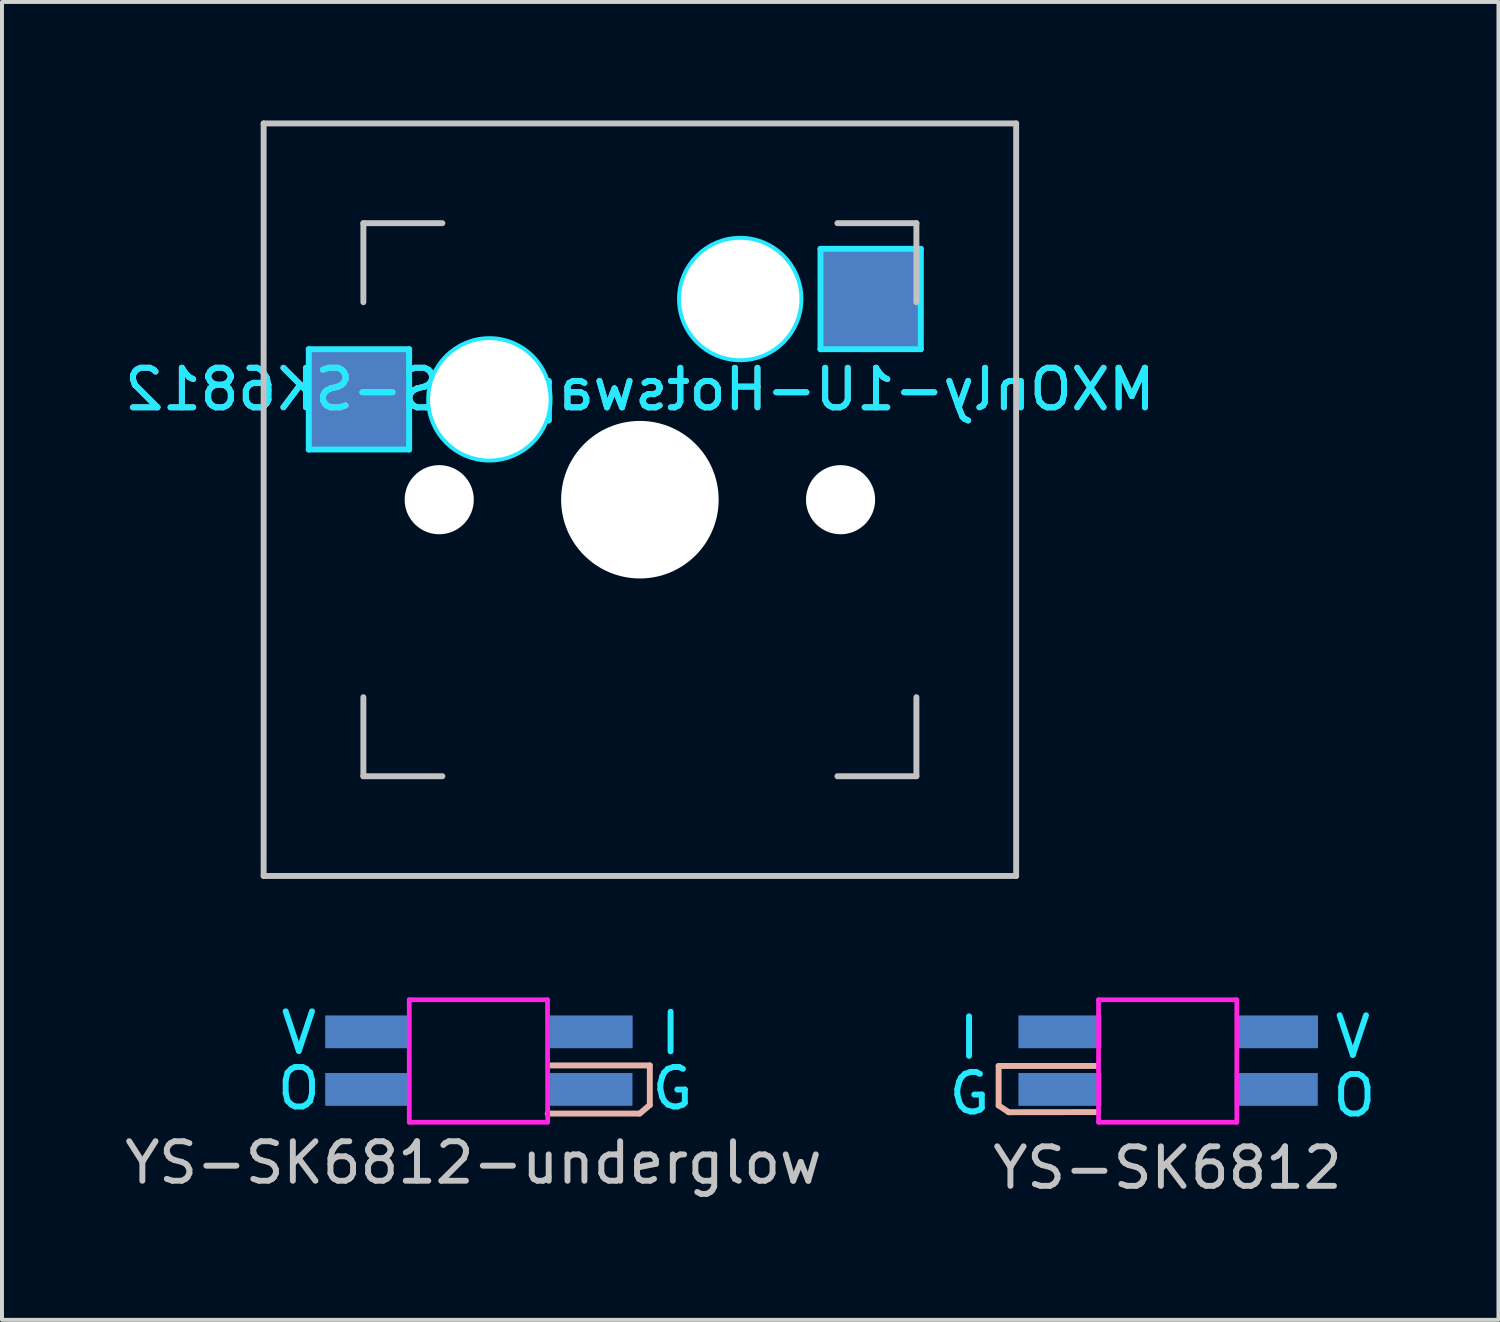
<source format=kicad_pcb>
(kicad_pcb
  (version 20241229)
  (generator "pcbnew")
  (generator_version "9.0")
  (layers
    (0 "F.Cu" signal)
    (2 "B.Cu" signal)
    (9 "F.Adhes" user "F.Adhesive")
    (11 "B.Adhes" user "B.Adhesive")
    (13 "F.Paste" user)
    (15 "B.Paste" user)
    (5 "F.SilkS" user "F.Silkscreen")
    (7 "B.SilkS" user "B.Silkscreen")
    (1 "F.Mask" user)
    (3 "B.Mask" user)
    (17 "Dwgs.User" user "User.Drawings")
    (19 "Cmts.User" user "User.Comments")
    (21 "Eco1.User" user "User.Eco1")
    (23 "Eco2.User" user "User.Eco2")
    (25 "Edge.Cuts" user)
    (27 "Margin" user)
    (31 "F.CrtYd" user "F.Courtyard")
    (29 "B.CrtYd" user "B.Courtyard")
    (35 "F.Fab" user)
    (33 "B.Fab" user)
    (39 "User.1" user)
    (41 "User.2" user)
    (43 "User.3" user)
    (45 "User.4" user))
  (footprint "MXOnly-1U-Hotswap-YS-SK6812"
    (layer "F.Cu")
    (at 13.149 9.6)
    (property "Reference" "MXOnly-1U-Hotswap-YS-SK6812" (at 0 -2.794 0) (layer "B.CrtYd") (effects (font (size 1 1) (thickness 0.15)) (justify mirror)))
    (attr smd)
    (fp_line (start -9.525 -9.525) (end 9.525 -9.525) (stroke (width 0.15) (type solid)) (layer "Dwgs.User"))
    (fp_line (start -9.525 9.525) (end -9.525 -9.525) (stroke (width 0.15) (type solid)) (layer "Dwgs.User"))
    (fp_line (start -7 -7) (end -7 -5) (stroke (width 0.15) (type solid)) (layer "Dwgs.User"))
    (fp_line (start -7 5) (end -7 7) (stroke (width 0.15) (type solid)) (layer "Dwgs.User"))
    (fp_line (start -7 7) (end -5 7) (stroke (width 0.15) (type solid)) (layer "Dwgs.User"))
    (fp_line (start -5 -7) (end -7 -7) (stroke (width 0.15) (type solid)) (layer "Dwgs.User"))
    (fp_line (start 5 -7) (end 7 -7) (stroke (width 0.15) (type solid)) (layer "Dwgs.User"))
    (fp_line (start 5 7) (end 7 7) (stroke (width 0.15) (type solid)) (layer "Dwgs.User"))
    (fp_line (start 7 -7) (end 7 -5) (stroke (width 0.15) (type solid)) (layer "Dwgs.User"))
    (fp_line (start 7 7) (end 7 5) (stroke (width 0.15) (type solid)) (layer "Dwgs.User"))
    (fp_line (start 9.525 -9.525) (end 9.525 9.525) (stroke (width 0.15) (type solid)) (layer "Dwgs.User"))
    (fp_line (start 9.525 9.525) (end -9.525 9.525) (stroke (width 0.15) (type solid)) (layer "Dwgs.User"))
    (fp_line (start -8.382 -3.81) (end -8.382 -1.27) (stroke (width 0.15) (type solid)) (layer "B.CrtYd"))
    (fp_line (start -8.382 -1.27) (end -5.842 -1.27) (stroke (width 0.15) (type solid)) (layer "B.CrtYd"))
    (fp_line (start -5.842 -3.81) (end -8.382 -3.81) (stroke (width 0.15) (type solid)) (layer "B.CrtYd"))
    (fp_line (start -5.842 -1.27) (end -5.842 -3.81) (stroke (width 0.15) (type solid)) (layer "B.CrtYd"))
    (fp_line (start 4.572 -6.35) (end 7.112 -6.35) (stroke (width 0.15) (type solid)) (layer "B.CrtYd"))
    (fp_line (start 4.572 -3.81) (end 4.572 -6.35) (stroke (width 0.15) (type solid)) (layer "B.CrtYd"))
    (fp_line (start 7.112 -6.35) (end 7.112 -3.81) (stroke (width 0.15) (type solid)) (layer "B.CrtYd"))
    (fp_line (start 7.112 -3.81) (end 4.572 -3.81) (stroke (width 0.15) (type solid)) (layer "B.CrtYd"))
    (fp_circle (center -3.81 -2.54) (end -3.81 -4.064) (stroke (width 0.15) (type solid)) (fill no) (layer "B.CrtYd"))
    (fp_circle (center 2.54 -5.08) (end 2.54 -6.604) (stroke (width 0.15) (type solid)) (fill no) (layer "B.CrtYd"))
    (fp_text user "${REFERENCE}" (at 0 -2.794 0) (layer "B.SilkS") (effects (font (size 1 1) (thickness 0.15)) (justify mirror)))
    (pad "" np_thru_hole circle (at -5.08 0 48.1) (size 1.75 1.75) (drill 1.75) (layers "*.Cu" "*.Mask"))
    (pad "" np_thru_hole circle (at -3.81 -2.54) (size 3 3) (drill 3) (layers "*.Cu" "*.Mask"))
    (pad "" np_thru_hole circle (at 0 0) (size 3.988 3.988) (drill 3.988) (layers "*.Cu" "*.Mask"))
    (pad "" np_thru_hole circle (at 2.54 -5.08) (size 3 3) (drill 3) (layers "*.Cu" "*.Mask"))
    (pad "" np_thru_hole circle (at 5.08 0 48.1) (size 1.75 1.75) (drill 1.75) (layers "*.Cu" "*.Mask"))
    (pad "1" smd rect (at -7.085 -2.54) (size 2.55 2.5) (layers "B.Cu" "B.Mask" "B.Paste"))
    (pad "2" smd rect (at 5.842 -5.08) (size 2.55 2.5) (layers "B.Cu" "B.Mask" "B.Paste")))
  (footprint "YS-SK6812"
    (layer "F.Cu")
    (at 26.384 23.846)
    (property "Reference" "YS-SK6812" (at 0.121 2.669 0) (layer "Dwgs.User") (effects (font (size 1 1) (thickness 0.15))))
    (attr through_hole)
    (fp_line (start -4.153 0.089) (end -4.153 1.09) (stroke (width 0.15) (type solid)) (layer "B.SilkS"))
    (fp_line (start -4.153 1.09) (end -3.899 1.257) (stroke (width 0.15) (type solid)) (layer "B.SilkS"))
    (fp_line (start -3.899 1.26) (end -1.638 1.257) (stroke (width 0.15) (type solid)) (layer "B.SilkS"))
    (fp_line (start -1.687 0.089) (end -4.153 0.089) (stroke (width 0.15) (type solid)) (layer "B.SilkS"))
    (fp_line (start -1.624 -1.586) (end 1.876 -1.586) (stroke (width 0.12) (type solid)) (layer "F.CrtYd"))
    (fp_line (start -1.624 1.514) (end -1.624 -1.586) (stroke (width 0.12) (type solid)) (layer "F.CrtYd"))
    (fp_line (start -1.624 1.514) (end 1.876 1.514) (stroke (width 0.12) (type solid)) (layer "F.CrtYd"))
    (fp_line (start 1.876 -1.586) (end 1.876 1.514) (stroke (width 0.12) (type solid)) (layer "F.CrtYd"))
    (fp_text user "G" (at -4.889 0.787 0) (layer "B.CrtYd") (effects (font (size 1 1) (thickness 0.15))))
    (fp_text user "I" (at -4.902 -0.622 0) (layer "B.CrtYd") (effects (font (size 1 1) (thickness 0.15))))
    (fp_text user "V" (at 4.813 -0.648 0) (layer "B.CrtYd") (effects (font (size 1 1) (thickness 0.15))))
    (fp_text user "O" (at 4.851 0.838 0) (layer "B.CrtYd") (effects (font (size 1 1) (thickness 0.15))))
    (pad "1" smd rect (at 2.881 -0.775) (size 2.1 0.83) (layers "B.Cu" "B.Mask" "B.Paste"))
    (pad "2" smd rect (at 2.876 0.683) (size 2.1 0.83) (layers "B.Cu" "B.Mask" "B.Paste"))
    (pad "3" smd rect (at -2.602 0.683) (size 2.1 0.83) (layers "B.Cu" "B.Mask" "B.Paste"))
    (pad "4" smd rect (at -2.602 -0.775) (size 2.1 0.83) (layers "B.Cu" "B.Mask" "B.Paste")))
  (footprint "YS-SK6812-underglow"
    (layer "F.Cu")
    (at 8.935 23.884)
    (property "Reference" "YS-SK6812-underglow" (at 0 2.502 0) (layer "Dwgs.User") (effects (font (size 1 1) (thickness 0.15))))
    (attr through_hole)
    (fp_line (start 1.88 1.257) (end 4.191 1.257) (stroke (width 0.15) (type solid)) (layer "B.SilkS"))
    (fp_line (start 4.465 0.038) (end 1.93 0.038) (stroke (width 0.15) (type solid)) (layer "B.SilkS"))
    (fp_line (start 4.465 0.038) (end 4.465 1.039) (stroke (width 0.15) (type solid)) (layer "B.SilkS"))
    (fp_line (start 4.465 1.039) (end 4.211 1.257) (stroke (width 0.15) (type solid)) (layer "B.SilkS"))
    (fp_line (start -1.624 -1.624) (end 1.876 -1.624) (stroke (width 0.12) (type solid)) (layer "F.CrtYd"))
    (fp_line (start -1.624 1.476) (end -1.624 -1.624) (stroke (width 0.12) (type solid)) (layer "F.CrtYd"))
    (fp_line (start -1.624 1.476) (end 1.876 1.476) (stroke (width 0.12) (type solid)) (layer "F.CrtYd"))
    (fp_line (start 1.876 -1.624) (end 1.88 1.473) (stroke (width 0.12) (type solid)) (layer "F.CrtYd"))
    (fp_text user "G" (at 5.042 0.622 0) (layer "B.CrtYd") (effects (font (size 1 1) (thickness 0.15))))
    (fp_text user "V" (at -4.42 -0.787 0) (layer "B.CrtYd") (effects (font (size 1 1) (thickness 0.15))))
    (fp_text user "I" (at 4.991 -0.775 0) (layer "B.CrtYd") (effects (font (size 1 1) (thickness 0.15))))
    (fp_text user "O" (at -4.42 0.622 0) (layer "B.CrtYd") (effects (font (size 1 1) (thickness 0.15))))
    (pad "1" smd rect (at -2.702 -0.813) (size 2.1 0.83) (layers "B.Cu" "B.Mask" "B.Paste"))
    (pad "2" smd rect (at -2.702 0.645) (size 2.1 0.83) (layers "B.Cu" "B.Mask" "B.Paste"))
    (pad "3" smd rect (at 2.976 0.645) (size 2.1 0.83) (layers "B.Cu" "B.Mask" "B.Paste"))
    (pad "4" smd rect (at 2.981 -0.813) (size 2.1 0.83) (layers "B.Cu" "B.Mask" "B.Paste")))
  (gr_rect
    (start -3 -3)
    (end 34.884 30.363)
    (stroke (width 0.1) (type default))
    (fill no)
    (layer "Edge.Cuts")))
</source>
